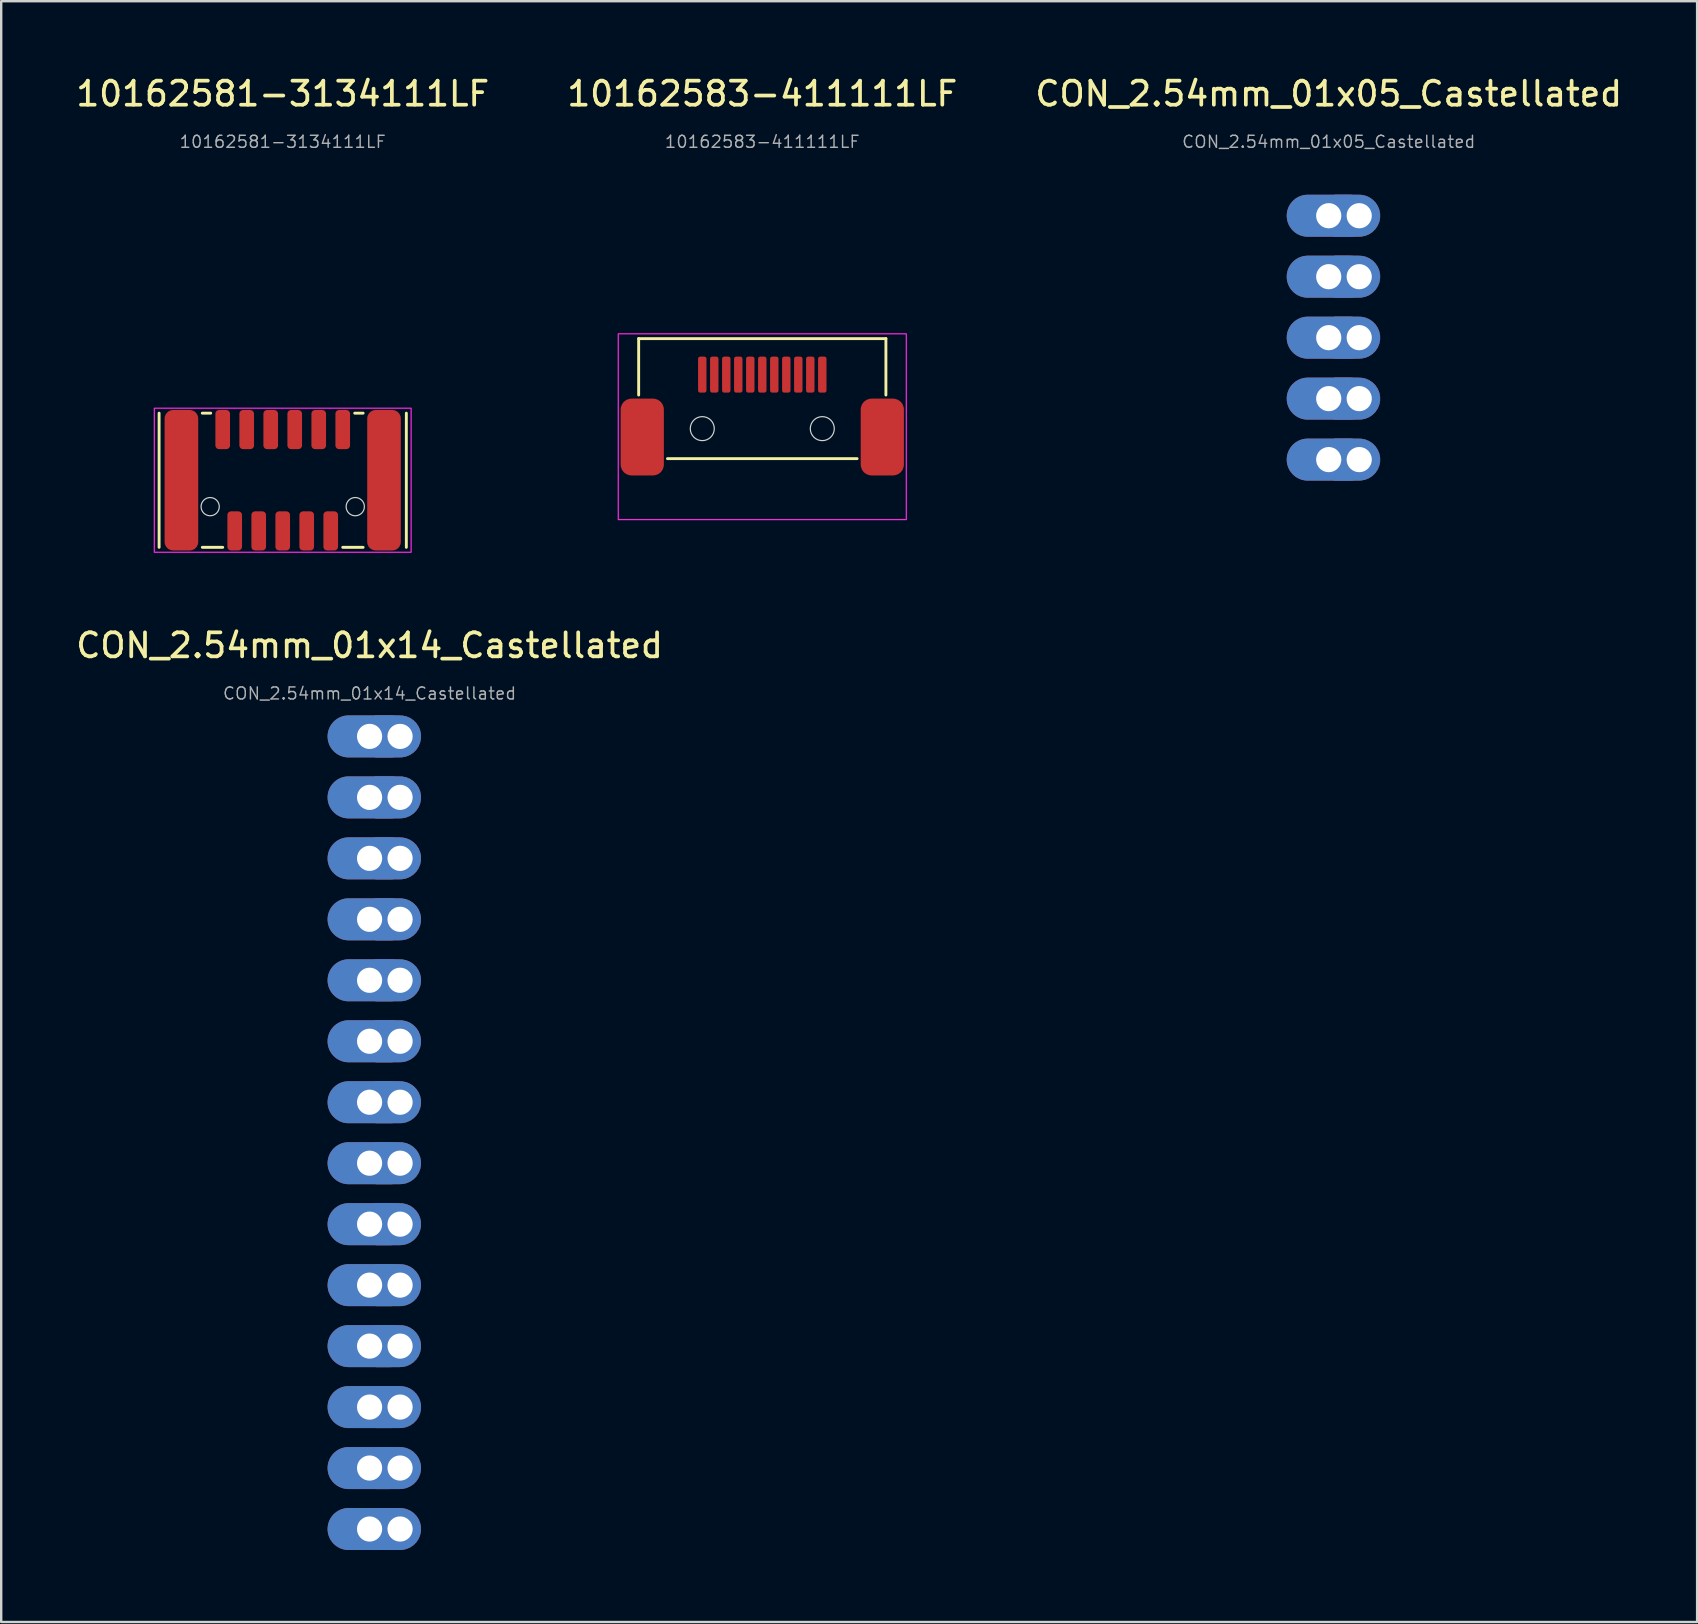
<source format=kicad_pcb>
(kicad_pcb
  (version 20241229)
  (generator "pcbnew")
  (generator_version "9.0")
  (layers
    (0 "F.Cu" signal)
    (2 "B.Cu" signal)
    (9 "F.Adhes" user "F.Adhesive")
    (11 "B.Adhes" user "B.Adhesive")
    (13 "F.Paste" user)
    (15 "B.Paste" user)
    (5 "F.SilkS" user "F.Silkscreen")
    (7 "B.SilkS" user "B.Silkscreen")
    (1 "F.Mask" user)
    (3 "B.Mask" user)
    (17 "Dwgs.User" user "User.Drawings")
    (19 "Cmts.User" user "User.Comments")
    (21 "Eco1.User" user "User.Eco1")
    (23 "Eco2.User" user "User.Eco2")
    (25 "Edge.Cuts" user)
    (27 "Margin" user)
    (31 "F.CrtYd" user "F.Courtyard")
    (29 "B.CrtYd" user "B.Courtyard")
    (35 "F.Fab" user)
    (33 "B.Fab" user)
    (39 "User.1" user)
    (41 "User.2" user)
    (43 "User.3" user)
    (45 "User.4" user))
  (footprint "CON_2.54mm_01x14_Castellated"
    (layer "F.Cu")
    (at 12.347 27.629)
    (property "Reference" "CON_2.54mm_01x14_Castellated" (at 0 -3.79 0) (unlocked yes) (layer "F.SilkS") (effects (font (size 1 1) (thickness 0.155))))
    (attr through_hole)
    (fp_text user "${REFERENCE}" (at 0 -1.79 0) (unlocked yes) (layer "F.Fab") (effects (font (size 0.5 0.5) (thickness 0.06))))
    (pad "1" thru_hole oval (at 0 0 90) (size 1.75 3.5) (drill 1.05) (layers "*.Cu" "*.Mask"))
    (pad "1" thru_hole custom (at 1.27 0) (size 1.75 1.75) (drill 1.05) (layers "*.Cu" "*.Mask") (options (anchor circle)) (primitives (gr_poly (pts (xy 0 0.7) (xy -1 0.7) (xy -1 -0.7) (xy 0 -0.7)) (width 0.35) (fill yes))))
    (pad "2" thru_hole oval (at 0 2.54 90) (size 1.75 3.5) (drill 1.05) (layers "*.Cu" "*.Mask"))
    (pad "2" thru_hole custom (at 1.27 2.54) (size 1.75 1.75) (drill 1.05) (layers "*.Cu" "*.Mask") (options (anchor circle)) (primitives (gr_poly (pts (xy 0 0.7) (xy -1 0.7) (xy -1 -0.7) (xy 0 -0.7)) (width 0.35) (fill yes))))
    (pad "3" thru_hole oval (at 0 5.08 90) (size 1.75 3.5) (drill 1.05) (layers "*.Cu" "*.Mask"))
    (pad "3" thru_hole custom (at 1.27 5.08) (size 1.75 1.75) (drill 1.05) (layers "*.Cu" "*.Mask") (options (anchor circle)) (primitives (gr_poly (pts (xy 0 0.7) (xy -1 0.7) (xy -1 -0.7) (xy 0 -0.7)) (width 0.35) (fill yes))))
    (pad "4" thru_hole oval (at 0 7.62 90) (size 1.75 3.5) (drill 1.05) (layers "*.Cu" "*.Mask"))
    (pad "4" thru_hole custom (at 1.27 7.62) (size 1.75 1.75) (drill 1.05) (layers "*.Cu" "*.Mask") (options (anchor circle)) (primitives (gr_poly (pts (xy 0 0.7) (xy -1 0.7) (xy -1 -0.7) (xy 0 -0.7)) (width 0.35) (fill yes))))
    (pad "5" thru_hole oval (at 0 10.16 90) (size 1.75 3.5) (drill 1.05) (layers "*.Cu" "*.Mask"))
    (pad "5" thru_hole custom (at 1.27 10.16) (size 1.75 1.75) (drill 1.05) (layers "*.Cu" "*.Mask") (options (anchor circle)) (primitives (gr_poly (pts (xy 0 0.7) (xy -1 0.7) (xy -1 -0.7) (xy 0 -0.7)) (width 0.35) (fill yes))))
    (pad "6" thru_hole oval (at 0 12.7 90) (size 1.75 3.5) (drill 1.05) (layers "*.Cu" "*.Mask"))
    (pad "6" thru_hole custom (at 1.27 12.7) (size 1.75 1.75) (drill 1.05) (layers "*.Cu" "*.Mask") (options (anchor circle)) (primitives (gr_poly (pts (xy 0 0.7) (xy -1 0.7) (xy -1 -0.7) (xy 0 -0.7)) (width 0.35) (fill yes))))
    (pad "7" thru_hole oval (at 0 15.24 90) (size 1.75 3.5) (drill 1.05) (layers "*.Cu" "*.Mask"))
    (pad "7" thru_hole custom (at 1.27 15.24) (size 1.75 1.75) (drill 1.05) (layers "*.Cu" "*.Mask") (options (anchor circle)) (primitives (gr_poly (pts (xy 0 0.7) (xy -1 0.7) (xy -1 -0.7) (xy 0 -0.7)) (width 0.35) (fill yes))))
    (pad "8" thru_hole oval (at 0 17.78 90) (size 1.75 3.5) (drill 1.05) (layers "*.Cu" "*.Mask"))
    (pad "8" thru_hole custom (at 1.27 17.78) (size 1.75 1.75) (drill 1.05) (layers "*.Cu" "*.Mask") (options (anchor circle)) (primitives (gr_poly (pts (xy 0 0.7) (xy -1 0.7) (xy -1 -0.7) (xy 0 -0.7)) (width 0.35) (fill yes))))
    (pad "9" thru_hole oval (at 0 20.32 90) (size 1.75 3.5) (drill 1.05) (layers "*.Cu" "*.Mask"))
    (pad "9" thru_hole custom (at 1.27 20.32) (size 1.75 1.75) (drill 1.05) (layers "*.Cu" "*.Mask") (options (anchor circle)) (primitives (gr_poly (pts (xy 0 0.7) (xy -1 0.7) (xy -1 -0.7) (xy 0 -0.7)) (width 0.35) (fill yes))))
    (pad "10" thru_hole oval (at 0 22.86 90) (size 1.75 3.5) (drill 1.05) (layers "*.Cu" "*.Mask"))
    (pad "10" thru_hole custom (at 1.27 22.86) (size 1.75 1.75) (drill 1.05) (layers "*.Cu" "*.Mask") (options (anchor circle)) (primitives (gr_poly (pts (xy 0 0.7) (xy -1 0.7) (xy -1 -0.7) (xy 0 -0.7)) (width 0.35) (fill yes))))
    (pad "11" thru_hole oval (at 0 25.4 90) (size 1.75 3.5) (drill 1.05) (layers "*.Cu" "*.Mask"))
    (pad "11" thru_hole custom (at 1.27 25.4) (size 1.75 1.75) (drill 1.05) (layers "*.Cu" "*.Mask") (options (anchor circle)) (primitives (gr_poly (pts (xy 0 0.7) (xy -1 0.7) (xy -1 -0.7) (xy 0 -0.7)) (width 0.35) (fill yes))))
    (pad "12" thru_hole oval (at 0 27.94 90) (size 1.75 3.5) (drill 1.05) (layers "*.Cu" "*.Mask"))
    (pad "12" thru_hole custom (at 1.27 27.94) (size 1.75 1.75) (drill 1.05) (layers "*.Cu" "*.Mask") (options (anchor circle)) (primitives (gr_poly (pts (xy 0 0.7) (xy -1 0.7) (xy -1 -0.7) (xy 0 -0.7)) (width 0.35) (fill yes))))
    (pad "13" thru_hole oval (at 0 30.48 90) (size 1.75 3.5) (drill 1.05) (layers "*.Cu" "*.Mask"))
    (pad "13" thru_hole custom (at 1.27 30.48) (size 1.75 1.75) (drill 1.05) (layers "*.Cu" "*.Mask") (options (anchor circle)) (primitives (gr_poly (pts (xy 0 0.7) (xy -1 0.7) (xy -1 -0.7) (xy 0 -0.7)) (width 0.35) (fill yes))))
    (pad "14" thru_hole oval (at 0 33.02 90) (size 1.75 3.5) (drill 1.05) (layers "*.Cu" "*.Mask"))
    (pad "14" thru_hole custom (at 1.27 33.02) (size 1.75 1.75) (drill 1.05) (layers "*.Cu" "*.Mask") (options (anchor circle)) (primitives (gr_poly (pts (xy 0 0.7) (xy -1 0.7) (xy -1 -0.7) (xy 0 -0.7)) (width 0.35) (fill yes)))))
  (footprint "10162581-3134111LF"
    (layer "F.Cu")
    (at 8.728 16.957)
    (property "Reference" "10162581-3134111LF" (at 0 -16.1 0) (unlocked yes) (layer "F.SilkS") (effects (font (size 1 1) (thickness 0.155))))
    (attr smd)
    (fp_line (start -5.15 2.795) (end -5.15 -2.795) (stroke (width 0.12) (type default)) (layer "F.SilkS"))
    (fp_line (start -3.35 -2.795) (end -3 -2.795) (stroke (width 0.12) (type default)) (layer "F.SilkS"))
    (fp_line (start -3.35 2.795) (end -2.5 2.795) (stroke (width 0.12) (type default)) (layer "F.SilkS"))
    (fp_line (start 3 -2.795) (end 3.35 -2.795) (stroke (width 0.12) (type default)) (layer "F.SilkS"))
    (fp_line (start 3.35 2.795) (end 2.5 2.795) (stroke (width 0.12) (type default)) (layer "F.SilkS"))
    (fp_line (start 5.15 2.795) (end 5.15 -2.795) (stroke (width 0.12) (type default)) (layer "F.SilkS"))
    (fp_circle (center -3.022 1.1) (end -2.643 1.1) (stroke (width 0.05) (type default)) (fill no) (layer "Edge.Cuts"))
    (fp_circle (center 3.022 1.1) (end 3.402 1.1) (stroke (width 0.05) (type default)) (fill no) (layer "Edge.Cuts"))
    (fp_rect (start -5.35 -3) (end 5.35 3) (stroke (width 0.05) (type default)) (fill no) (layer "F.CrtYd"))
    (fp_text user "${REFERENCE}" (at 0 -14.1 0) (unlocked yes) (layer "F.Fab") (effects (font (size 0.5 0.5) (thickness 0.06))))
    (pad "" smd roundrect (at -4.22 0) (size 1.4 5.85) (layers "F.Cu" "F.Mask" "F.Paste") (roundrect_rratio 0.25))
    (pad "" smd roundrect (at 4.22 0) (size 1.4 5.85) (layers "F.Cu" "F.Mask" "F.Paste") (roundrect_rratio 0.25))
    (pad "1" smd roundrect (at 2.5 -2.11) (size 0.61 1.63) (layers "F.Cu" "F.Mask" "F.Paste") (roundrect_rratio 0.25))
    (pad "2" smd roundrect (at 2 2.11) (size 0.61 1.63) (layers "F.Cu" "F.Mask" "F.Paste") (roundrect_rratio 0.25))
    (pad "3" smd roundrect (at 1.5 -2.11) (size 0.61 1.63) (layers "F.Cu" "F.Mask" "F.Paste") (roundrect_rratio 0.25))
    (pad "4" smd roundrect (at 1 2.11) (size 0.61 1.63) (layers "F.Cu" "F.Mask" "F.Paste") (roundrect_rratio 0.25))
    (pad "5" smd roundrect (at 0.5 -2.11) (size 0.61 1.63) (layers "F.Cu" "F.Mask" "F.Paste") (roundrect_rratio 0.25))
    (pad "6" smd roundrect (at 0 2.11) (size 0.61 1.63) (layers "F.Cu" "F.Mask" "F.Paste") (roundrect_rratio 0.25))
    (pad "7" smd roundrect (at -0.5 -2.11) (size 0.61 1.63) (layers "F.Cu" "F.Mask" "F.Paste") (roundrect_rratio 0.25))
    (pad "8" smd roundrect (at -1 2.11) (size 0.61 1.63) (layers "F.Cu" "F.Mask" "F.Paste") (roundrect_rratio 0.25))
    (pad "9" smd roundrect (at -1.5 -2.11) (size 0.61 1.63) (layers "F.Cu" "F.Mask" "F.Paste") (roundrect_rratio 0.25))
    (pad "10" smd roundrect (at -2 2.11) (size 0.61 1.63) (layers "F.Cu" "F.Mask" "F.Paste") (roundrect_rratio 0.25))
    (pad "11" smd roundrect (at -2.5 -2.11) (size 0.61 1.63) (layers "F.Cu" "F.Mask" "F.Paste") (roundrect_rratio 0.25)))
  (footprint "CON_2.54mm_01x05_Castellated"
    (layer "F.Cu")
    (at 52.305 5.937)
    (property "Reference" "CON_2.54mm_01x05_Castellated" (at 0 -5.08 0) (unlocked yes) (layer "F.SilkS") (effects (font (size 1 1) (thickness 0.155))))
    (attr through_hole)
    (fp_text user "${REFERENCE}" (at 0 -3.08 0) (unlocked yes) (layer "F.Fab") (effects (font (size 0.5 0.5) (thickness 0.06))))
    (pad "1" thru_hole oval (at 0 0 90) (size 1.75 3.5) (drill 1.05) (layers "*.Cu" "*.Mask"))
    (pad "1" thru_hole custom (at 1.27 0) (size 1.75 1.75) (drill 1.05) (layers "*.Cu" "*.Mask") (options (anchor circle)) (primitives (gr_poly (pts (xy 0 0.7) (xy -1 0.7) (xy -1 -0.7) (xy 0 -0.7)) (width 0.35) (fill yes))))
    (pad "2" thru_hole oval (at 0 2.54 90) (size 1.75 3.5) (drill 1.05) (layers "*.Cu" "*.Mask"))
    (pad "2" thru_hole custom (at 1.27 2.54) (size 1.75 1.75) (drill 1.05) (layers "*.Cu" "*.Mask") (options (anchor circle)) (primitives (gr_poly (pts (xy 0 0.7) (xy -1 0.7) (xy -1 -0.7) (xy 0 -0.7)) (width 0.35) (fill yes))))
    (pad "3" thru_hole oval (at 0 5.08 90) (size 1.75 3.5) (drill 1.05) (layers "*.Cu" "*.Mask"))
    (pad "3" thru_hole custom (at 1.27 5.08) (size 1.75 1.75) (drill 1.05) (layers "*.Cu" "*.Mask") (options (anchor circle)) (primitives (gr_poly (pts (xy 0 0.7) (xy -1 0.7) (xy -1 -0.7) (xy 0 -0.7)) (width 0.35) (fill yes))))
    (pad "4" thru_hole oval (at 0 7.62 90) (size 1.75 3.5) (drill 1.05) (layers "*.Cu" "*.Mask"))
    (pad "4" thru_hole custom (at 1.27 7.62) (size 1.75 1.75) (drill 1.05) (layers "*.Cu" "*.Mask") (options (anchor circle)) (primitives (gr_poly (pts (xy 0 0.7) (xy -1 0.7) (xy -1 -0.7) (xy 0 -0.7)) (width 0.35) (fill yes))))
    (pad "5" thru_hole oval (at 0 10.16 90) (size 1.75 3.5) (drill 1.05) (layers "*.Cu" "*.Mask"))
    (pad "5" thru_hole custom (at 1.27 10.16) (size 1.75 1.75) (drill 1.05) (layers "*.Cu" "*.Mask") (options (anchor circle)) (primitives (gr_poly (pts (xy 0 0.7) (xy -1 0.7) (xy -1 -0.7) (xy 0 -0.7)) (width 0.35) (fill yes)))))
  (footprint "10162583-411111LF"
    (layer "F.Cu")
    (at 28.707 13.557)
    (property "Reference" "10162583-411111LF" (at 0 -12.7 0) (unlocked yes) (layer "F.SilkS") (effects (font (size 1 1) (thickness 0.155))))
    (attr smd)
    (fp_line (start -5.15 -2.5) (end -5.15 -0.15) (stroke (width 0.12) (type default)) (layer "F.SilkS"))
    (fp_line (start -3.95 2.5) (end 3.95 2.5) (stroke (width 0.12) (type default)) (layer "F.SilkS"))
    (fp_line (start 5.15 -2.5) (end -5.15 -2.5) (stroke (width 0.12) (type default)) (layer "F.SilkS"))
    (fp_line (start 5.15 -0.15) (end 5.15 -2.5) (stroke (width 0.12) (type default)) (layer "F.SilkS"))
    (fp_circle (center -2.5 1.25) (end -2 1.25) (stroke (width 0.05) (type default)) (fill no) (layer "Edge.Cuts"))
    (fp_circle (center 2.5 1.25) (end 3 1.25) (stroke (width 0.05) (type default)) (fill no) (layer "Edge.Cuts"))
    (fp_rect (start -6 -2.7) (end 6 5.04) (stroke (width 0.05) (type default)) (fill no) (layer "F.CrtYd"))
    (fp_text user "${REFERENCE}" (at 0 -10.7 0) (unlocked yes) (layer "F.Fab") (effects (font (size 0.5 0.5) (thickness 0.06))))
    (pad "" smd roundrect (at -5 1.6) (size 1.8 3.2) (layers "F.Cu" "F.Mask" "F.Paste") (roundrect_rratio 0.25))
    (pad "" smd roundrect (at 5 1.6) (size 1.8 3.2) (layers "F.Cu" "F.Mask" "F.Paste") (roundrect_rratio 0.25))
    (pad "1" smd roundrect (at 2.5 -1) (size 0.35 1.5) (layers "F.Cu" "F.Mask" "F.Paste") (roundrect_rratio 0.25))
    (pad "2" smd roundrect (at 2 -1) (size 0.35 1.5) (layers "F.Cu" "F.Mask" "F.Paste") (roundrect_rratio 0.25))
    (pad "3" smd roundrect (at 1.5 -1) (size 0.35 1.5) (layers "F.Cu" "F.Mask" "F.Paste") (roundrect_rratio 0.25))
    (pad "4" smd roundrect (at 1 -1) (size 0.35 1.5) (layers "F.Cu" "F.Mask" "F.Paste") (roundrect_rratio 0.25))
    (pad "5" smd roundrect (at 0.5 -1) (size 0.35 1.5) (layers "F.Cu" "F.Mask" "F.Paste") (roundrect_rratio 0.25))
    (pad "6" smd roundrect (at 0 -1) (size 0.35 1.5) (layers "F.Cu" "F.Mask" "F.Paste") (roundrect_rratio 0.25))
    (pad "7" smd roundrect (at -0.5 -1) (size 0.35 1.5) (layers "F.Cu" "F.Mask" "F.Paste") (roundrect_rratio 0.25))
    (pad "8" smd roundrect (at -1 -1) (size 0.35 1.5) (layers "F.Cu" "F.Mask" "F.Paste") (roundrect_rratio 0.25))
    (pad "9" smd roundrect (at -1.5 -1) (size 0.35 1.5) (layers "F.Cu" "F.Mask" "F.Paste") (roundrect_rratio 0.25))
    (pad "10" smd roundrect (at -2 -1) (size 0.35 1.5) (layers "F.Cu" "F.Mask" "F.Paste") (roundrect_rratio 0.25))
    (pad "11" smd roundrect (at -2.5 -1) (size 0.35 1.5) (layers "F.Cu" "F.Mask" "F.Paste") (roundrect_rratio 0.25)))
  (gr_rect
    (start -3 -3)
    (end 67.652 64.524)
    (stroke (width 0.1) (type default))
    (fill no)
    (layer "Edge.Cuts")))
</source>
